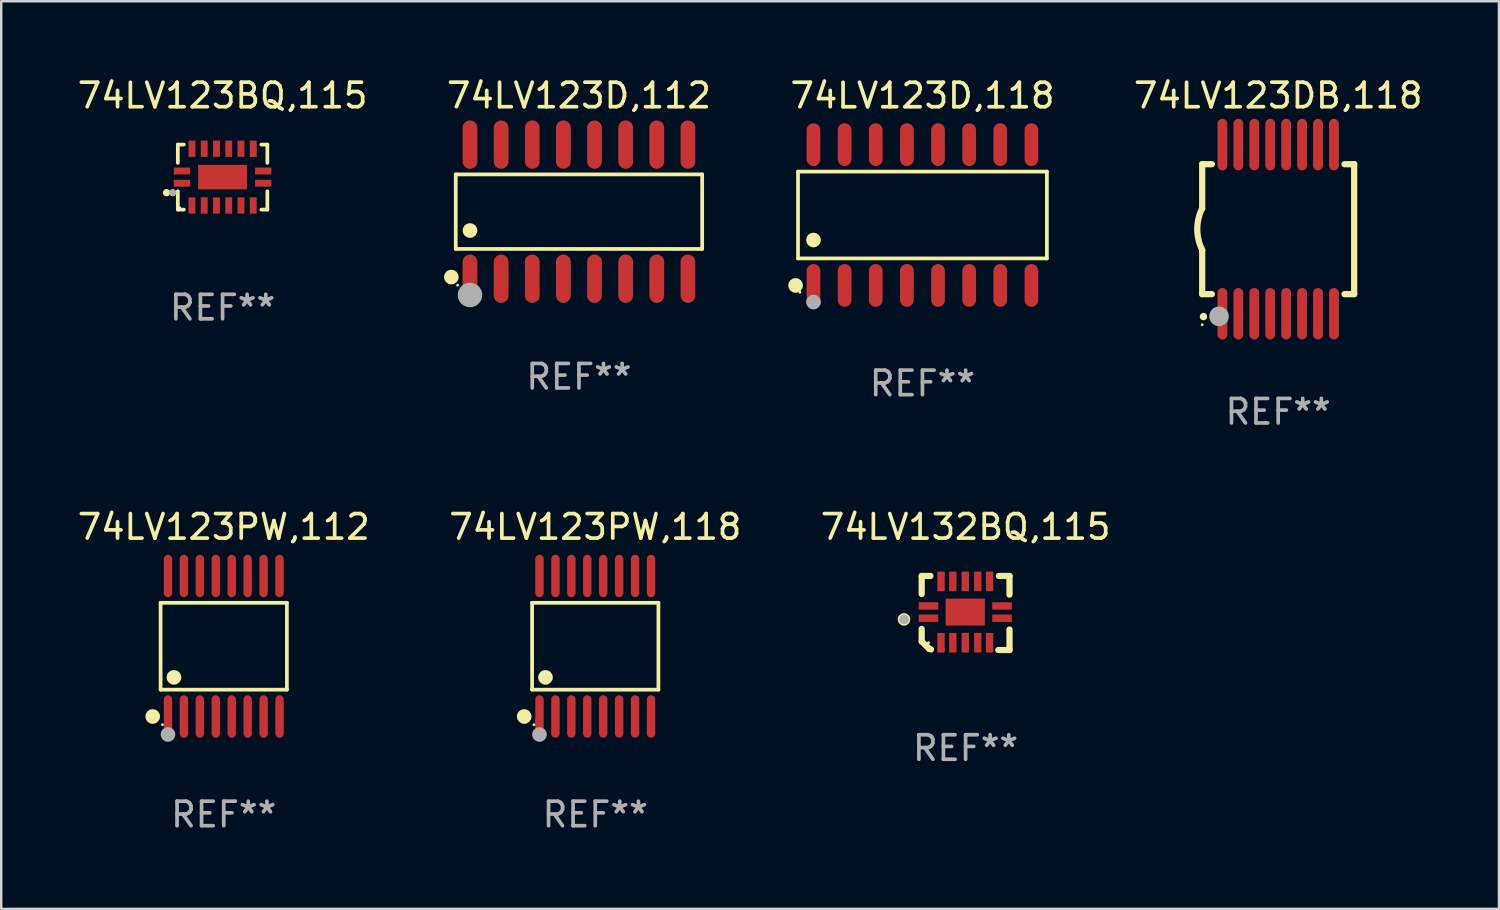
<source format=kicad_pcb>
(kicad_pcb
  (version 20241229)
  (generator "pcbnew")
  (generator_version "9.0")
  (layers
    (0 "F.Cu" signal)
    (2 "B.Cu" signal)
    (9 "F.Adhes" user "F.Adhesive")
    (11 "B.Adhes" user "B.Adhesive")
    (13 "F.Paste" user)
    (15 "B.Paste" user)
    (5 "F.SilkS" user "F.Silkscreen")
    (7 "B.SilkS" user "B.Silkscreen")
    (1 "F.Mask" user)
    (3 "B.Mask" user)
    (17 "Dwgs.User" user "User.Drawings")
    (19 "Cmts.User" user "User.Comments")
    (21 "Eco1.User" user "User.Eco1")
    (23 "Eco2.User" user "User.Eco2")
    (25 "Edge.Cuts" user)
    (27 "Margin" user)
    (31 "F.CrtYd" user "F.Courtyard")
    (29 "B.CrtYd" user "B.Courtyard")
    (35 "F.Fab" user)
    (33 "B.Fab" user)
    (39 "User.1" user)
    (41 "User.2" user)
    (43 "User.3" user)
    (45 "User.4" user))
  (footprint "74LV132BQ,115"
    (layer "F.Cu")
    (at 36.339 21.956)
    (property "Reference" "74LV132BQ,115" (at 0 -3.511 0) (layer "F.SilkS") (effects (font (size 1 1) (thickness 0.15))))
    (attr through_hole)
    (fp_line (start -1.791 -1.511) (end -1.435 -1.511) (stroke (width 0.254) (type solid)) (layer "F.SilkS"))
    (fp_line (start -1.791 -0.775) (end -1.791 -1.511) (stroke (width 0.254) (type solid)) (layer "F.SilkS"))
    (fp_line (start -1.791 1.156) (end -1.791 0.648) (stroke (width 0.254) (type solid)) (layer "F.SilkS"))
    (fp_line (start -1.486 1.461) (end -1.791 1.156) (stroke (width 0.254) (type solid)) (layer "F.SilkS"))
    (fp_line (start -1.41 1.486) (end -1.486 1.461) (stroke (width 0.254) (type solid)) (layer "F.SilkS"))
    (fp_line (start 1.334 1.511) (end 1.791 1.511) (stroke (width 0.254) (type solid)) (layer "F.SilkS"))
    (fp_line (start 1.791 -1.511) (end 1.359 -1.511) (stroke (width 0.254) (type solid)) (layer "F.SilkS"))
    (fp_line (start 1.791 -0.749) (end 1.791 -1.511) (stroke (width 0.254) (type solid)) (layer "F.SilkS"))
    (fp_line (start 1.791 1.511) (end 1.791 0.673) (stroke (width 0.254) (type solid)) (layer "F.SilkS"))
    (fp_circle (center -2.513 0.262) (end -2.383 0.262) (stroke (width 0.254) (type solid)) (fill no) (layer "F.SilkS"))
    (fp_circle (center -1.513 1.212) (end -1.483 1.212) (stroke (width 0.06) (type solid)) (fill no) (layer "F.SilkS"))
    (fp_circle (center -2.513 0.262) (end -2.413 0.262) (stroke (width 0.2) (type solid)) (fill no) (layer "F.Fab"))
    (fp_text user "REF**" (at 0 5.511 0) (layer "F.Fab") (effects (font (size 1 1) (thickness 0.15))))
    (pad "1" smd rect (at -1.513 0.212) (size 0.8 0.3) (layers "F.Cu" "F.Mask" "F.Paste"))
    (pad "2" smd rect (at -1.003 1.212) (size 0.3 0.8) (layers "F.Cu" "F.Mask" "F.Paste"))
    (pad "3" smd rect (at -0.521 1.212) (size 0.3 0.8) (layers "F.Cu" "F.Mask" "F.Paste"))
    (pad "4" smd rect (at -0.013 1.212) (size 0.3 0.8) (layers "F.Cu" "F.Mask" "F.Paste"))
    (pad "5" smd rect (at 0.495 1.212) (size 0.3 0.8) (layers "F.Cu" "F.Mask" "F.Paste"))
    (pad "6" smd rect (at 0.978 1.212) (size 0.3 0.8) (layers "F.Cu" "F.Mask" "F.Paste"))
    (pad "7" smd rect (at 1.487 0.212) (size 0.8 0.3) (layers "F.Cu" "F.Mask" "F.Paste"))
    (pad "8" smd rect (at 1.487 -0.288) (size 0.8 0.3) (layers "F.Cu" "F.Mask" "F.Paste"))
    (pad "9" smd rect (at 0.978 -1.288) (size 0.3 0.8) (layers "F.Cu" "F.Mask" "F.Paste"))
    (pad "10" smd rect (at 0.495 -1.288) (size 0.3 0.8) (layers "F.Cu" "F.Mask" "F.Paste"))
    (pad "11" smd rect (at -0.013 -1.288) (size 0.3 0.8) (layers "F.Cu" "F.Mask" "F.Paste"))
    (pad "12" smd rect (at -0.521 -1.288) (size 0.3 0.8) (layers "F.Cu" "F.Mask" "F.Paste"))
    (pad "13" smd rect (at -1.003 -1.288) (size 0.3 0.8) (layers "F.Cu" "F.Mask" "F.Paste"))
    (pad "14" smd rect (at -1.513 -0.288) (size 0.8 0.3) (layers "F.Cu" "F.Mask" "F.Paste"))
    (pad "15" smd rect (at -0.013 -0.038 90) (size 1.1 1.6) (layers "F.Cu" "F.Mask" "F.Paste")))
  (footprint "74LV123PW,118"
    (layer "F.Cu")
    (at 21.232 23.311)
    (property "Reference" "74LV123PW,118" (at 0 -4.866 0) (layer "F.SilkS") (effects (font (size 1 1) (thickness 0.15))))
    (attr through_hole)
    (fp_line (start -2.576 -1.772) (end 2.576 -1.772) (stroke (width 0.152) (type solid)) (layer "F.SilkS"))
    (fp_line (start -2.576 1.771) (end -2.576 -1.772) (stroke (width 0.152) (type solid)) (layer "F.SilkS"))
    (fp_line (start 2.576 -1.772) (end 2.576 1.771) (stroke (width 0.152) (type solid)) (layer "F.SilkS"))
    (fp_line (start 2.576 1.771) (end -2.576 1.771) (stroke (width 0.152) (type solid)) (layer "F.SilkS"))
    (fp_circle (center -2.899 2.866) (end -2.749 2.866) (stroke (width 0.3) (type solid)) (fill no) (layer "F.SilkS"))
    (fp_circle (center -2.5 3.2) (end -2.47 3.2) (stroke (width 0.06) (type solid)) (fill no) (layer "F.SilkS"))
    (fp_circle (center -2.032 1.27) (end -1.882 1.27) (stroke (width 0.3) (type solid)) (fill no) (layer "F.SilkS"))
    (fp_circle (center -2.275 3.6) (end -2.125 3.6) (stroke (width 0.3) (type solid)) (fill no) (layer "F.Fab"))
    (fp_text user "REF**" (at 0 6.866 0) (layer "F.Fab") (effects (font (size 1 1) (thickness 0.15))))
    (pad "1" smd oval (at -2.275 2.866) (size 0.343 1.731) (layers "F.Cu" "F.Mask" "F.Paste"))
    (pad "2" smd oval (at -1.625 2.866) (size 0.343 1.731) (layers "F.Cu" "F.Mask" "F.Paste"))
    (pad "3" smd oval (at -0.975 2.866) (size 0.343 1.731) (layers "F.Cu" "F.Mask" "F.Paste"))
    (pad "4" smd oval (at -0.325 2.866) (size 0.343 1.731) (layers "F.Cu" "F.Mask" "F.Paste"))
    (pad "5" smd oval (at 0.325 2.866) (size 0.343 1.731) (layers "F.Cu" "F.Mask" "F.Paste"))
    (pad "6" smd oval (at 0.975 2.866) (size 0.343 1.731) (layers "F.Cu" "F.Mask" "F.Paste"))
    (pad "7" smd oval (at 1.625 2.866) (size 0.343 1.731) (layers "F.Cu" "F.Mask" "F.Paste"))
    (pad "8" smd oval (at 2.275 2.866) (size 0.343 1.731) (layers "F.Cu" "F.Mask" "F.Paste"))
    (pad "9" smd oval (at 2.275 -2.866) (size 0.343 1.731) (layers "F.Cu" "F.Mask" "F.Paste"))
    (pad "10" smd oval (at 1.625 -2.866) (size 0.343 1.731) (layers "F.Cu" "F.Mask" "F.Paste"))
    (pad "11" smd oval (at 0.975 -2.866) (size 0.343 1.731) (layers "F.Cu" "F.Mask" "F.Paste"))
    (pad "12" smd oval (at 0.325 -2.866) (size 0.343 1.731) (layers "F.Cu" "F.Mask" "F.Paste"))
    (pad "13" smd oval (at -0.325 -2.866) (size 0.343 1.731) (layers "F.Cu" "F.Mask" "F.Paste"))
    (pad "14" smd oval (at -0.975 -2.866) (size 0.343 1.731) (layers "F.Cu" "F.Mask" "F.Paste"))
    (pad "15" smd oval (at -1.625 -2.866) (size 0.343 1.731) (layers "F.Cu" "F.Mask" "F.Paste"))
    (pad "16" smd oval (at -2.275 -2.866) (size 0.343 1.731) (layers "F.Cu" "F.Mask" "F.Paste")))
  (footprint "74LV123D,118"
    (layer "F.Cu")
    (at 34.579 5.721)
    (property "Reference" "74LV123D,118" (at 0 -4.872 0) (layer "F.SilkS") (effects (font (size 1 1) (thickness 0.15))))
    (attr through_hole)
    (fp_line (start -5.076 -1.771) (end 5.076 -1.771) (stroke (width 0.152) (type solid)) (layer "F.SilkS"))
    (fp_line (start -5.076 1.771) (end -5.076 -1.771) (stroke (width 0.152) (type solid)) (layer "F.SilkS"))
    (fp_line (start 5.076 -1.771) (end 5.076 1.771) (stroke (width 0.152) (type solid)) (layer "F.SilkS"))
    (fp_line (start 5.076 1.771) (end -5.076 1.771) (stroke (width 0.152) (type solid)) (layer "F.SilkS"))
    (fp_circle (center -5.177 2.872) (end -5.027 2.872) (stroke (width 0.3) (type solid)) (fill no) (layer "F.SilkS"))
    (fp_circle (center -5 3.15) (end -4.97 3.15) (stroke (width 0.06) (type solid)) (fill no) (layer "F.SilkS"))
    (fp_circle (center -4.445 1.019) (end -4.295 1.019) (stroke (width 0.3) (type solid)) (fill no) (layer "F.SilkS"))
    (fp_circle (center -4.445 3.55) (end -4.295 3.55) (stroke (width 0.3) (type solid)) (fill no) (layer "F.Fab"))
    (fp_text user "REF**" (at 0 6.872 0) (layer "F.Fab") (effects (font (size 1 1) (thickness 0.15))))
    (pad "1" smd oval (at -4.445 2.872) (size 0.56 1.745) (layers "F.Cu" "F.Mask" "F.Paste"))
    (pad "2" smd oval (at -3.175 2.872) (size 0.56 1.745) (layers "F.Cu" "F.Mask" "F.Paste"))
    (pad "3" smd oval (at -1.905 2.872) (size 0.56 1.745) (layers "F.Cu" "F.Mask" "F.Paste"))
    (pad "4" smd oval (at -0.635 2.872) (size 0.56 1.745) (layers "F.Cu" "F.Mask" "F.Paste"))
    (pad "5" smd oval (at 0.635 2.872) (size 0.56 1.745) (layers "F.Cu" "F.Mask" "F.Paste"))
    (pad "6" smd oval (at 1.905 2.872) (size 0.56 1.745) (layers "F.Cu" "F.Mask" "F.Paste"))
    (pad "7" smd oval (at 3.175 2.872) (size 0.56 1.745) (layers "F.Cu" "F.Mask" "F.Paste"))
    (pad "8" smd oval (at 4.445 2.872) (size 0.56 1.745) (layers "F.Cu" "F.Mask" "F.Paste"))
    (pad "9" smd oval (at 4.445 -2.872) (size 0.56 1.745) (layers "F.Cu" "F.Mask" "F.Paste"))
    (pad "10" smd oval (at 3.175 -2.872) (size 0.56 1.745) (layers "F.Cu" "F.Mask" "F.Paste"))
    (pad "11" smd oval (at 1.905 -2.872) (size 0.56 1.745) (layers "F.Cu" "F.Mask" "F.Paste"))
    (pad "12" smd oval (at 0.635 -2.872) (size 0.56 1.745) (layers "F.Cu" "F.Mask" "F.Paste"))
    (pad "13" smd oval (at -0.635 -2.872) (size 0.56 1.745) (layers "F.Cu" "F.Mask" "F.Paste"))
    (pad "14" smd oval (at -1.905 -2.872) (size 0.56 1.745) (layers "F.Cu" "F.Mask" "F.Paste"))
    (pad "15" smd oval (at -3.175 -2.872) (size 0.56 1.745) (layers "F.Cu" "F.Mask" "F.Paste"))
    (pad "16" smd oval (at -4.445 -2.872) (size 0.56 1.745) (layers "F.Cu" "F.Mask" "F.Paste")))
  (footprint "74LV123DB,118"
    (layer "F.Cu")
    (at 49.09 6.298)
    (property "Reference" "74LV123DB,118" (at 0 -5.45 0) (layer "F.SilkS") (effects (font (size 1 1) (thickness 0.15))))
    (attr through_hole)
    (fp_line (start -3.1 -2.65) (end -3.1 -0.85) (stroke (width 0.254) (type solid)) (layer "F.SilkS"))
    (fp_line (start -3.1 -2.65) (end -2.706 -2.65) (stroke (width 0.254) (type solid)) (layer "F.SilkS"))
    (fp_line (start -3.1 2.65) (end -3.1 0.85) (stroke (width 0.254) (type solid)) (layer "F.SilkS"))
    (fp_line (start -3.1 2.65) (end -2.706 2.65) (stroke (width 0.254) (type solid)) (layer "F.SilkS"))
    (fp_line (start 2.706 -2.65) (end 3.1 -2.65) (stroke (width 0.254) (type solid)) (layer "F.SilkS"))
    (fp_line (start 2.706 2.65) (end 3.1 2.65) (stroke (width 0.254) (type solid)) (layer "F.SilkS"))
    (fp_line (start 3.1 -2.65) (end 3.1 2.65) (stroke (width 0.254) (type solid)) (layer "F.SilkS"))
    (fp_arc (start -3.098907 0.850902) (mid -3.300057 0.000523) (end -3.1 -0.850114) (stroke (width 0.254001) (type solid)) (layer "F.SilkS"))
    (fp_arc (start -3.048006 3.566066) (mid -3.046736 3.566061) (end -3.045466 3.566066) (stroke (width 0.3) (type solid)) (layer "F.SilkS"))
    (fp_circle (center -3.1 3.9) (end -3.07 3.9) (stroke (width 0.06) (type solid)) (fill no) (layer "F.SilkS"))
    (fp_circle (center -2.413 3.556) (end -2.213 3.556) (stroke (width 0.4) (type solid)) (fill no) (layer "F.Fab"))
    (fp_text user "REF**" (at 0 7.45 0) (layer "F.Fab") (effects (font (size 1 1) (thickness 0.15))))
    (pad "1" smd oval (at -2.275 3.45 180) (size 0.4 2.1) (layers "F.Cu" "F.Mask" "F.Paste"))
    (pad "2" smd oval (at -1.625 3.45 180) (size 0.4 2.1) (layers "F.Cu" "F.Mask" "F.Paste"))
    (pad "3" smd oval (at -0.975 3.45 180) (size 0.4 2.1) (layers "F.Cu" "F.Mask" "F.Paste"))
    (pad "4" smd oval (at -0.325 3.45 180) (size 0.4 2.1) (layers "F.Cu" "F.Mask" "F.Paste"))
    (pad "5" smd oval (at 0.325 3.45 180) (size 0.4 2.1) (layers "F.Cu" "F.Mask" "F.Paste"))
    (pad "6" smd oval (at 0.975 3.45 180) (size 0.4 2.1) (layers "F.Cu" "F.Mask" "F.Paste"))
    (pad "7" smd oval (at 1.625 3.45 180) (size 0.4 2.1) (layers "F.Cu" "F.Mask" "F.Paste"))
    (pad "8" smd oval (at 2.275 3.45 180) (size 0.4 2.1) (layers "F.Cu" "F.Mask" "F.Paste"))
    (pad "9" smd oval (at 2.275 -3.45 180) (size 0.4 2.1) (layers "F.Cu" "F.Mask" "F.Paste"))
    (pad "10" smd oval (at 1.625 -3.45 180) (size 0.4 2.1) (layers "F.Cu" "F.Mask" "F.Paste"))
    (pad "11" smd oval (at 0.975 -3.45 180) (size 0.4 2.1) (layers "F.Cu" "F.Mask" "F.Paste"))
    (pad "12" smd oval (at 0.325 -3.45 180) (size 0.4 2.1) (layers "F.Cu" "F.Mask" "F.Paste"))
    (pad "13" smd oval (at -0.325 -3.45 180) (size 0.4 2.1) (layers "F.Cu" "F.Mask" "F.Paste"))
    (pad "14" smd oval (at -0.975 -3.45 180) (size 0.4 2.1) (layers "F.Cu" "F.Mask" "F.Paste"))
    (pad "15" smd oval (at -1.625 -3.45 180) (size 0.4 2.1) (layers "F.Cu" "F.Mask" "F.Paste"))
    (pad "16" smd oval (at -2.275 -3.45 180) (size 0.4 2.1) (layers "F.Cu" "F.Mask" "F.Paste")))
  (footprint "74LV123D,112"
    (layer "F.Cu")
    (at 20.567 5.584)
    (property "Reference" "74LV123D,112" (at 0 -4.736 0) (layer "F.SilkS") (effects (font (size 1 1) (thickness 0.15))))
    (attr through_hole)
    (fp_line (start -5.026 -1.521) (end 5.026 -1.521) (stroke (width 0.152) (type solid)) (layer "F.SilkS"))
    (fp_line (start -5.026 1.521) (end -5.026 -1.521) (stroke (width 0.152) (type solid)) (layer "F.SilkS"))
    (fp_line (start 5.026 -1.521) (end 5.026 1.521) (stroke (width 0.152) (type solid)) (layer "F.SilkS"))
    (fp_line (start 5.026 1.521) (end -5.026 1.521) (stroke (width 0.152) (type solid)) (layer "F.SilkS"))
    (fp_circle (center -5.207 2.667) (end -5.057 2.667) (stroke (width 0.3) (type solid)) (fill no) (layer "F.SilkS"))
    (fp_circle (center -4.95 3) (end -4.92 3) (stroke (width 0.06) (type solid)) (fill no) (layer "F.SilkS"))
    (fp_circle (center -4.445 0.769) (end -4.295 0.769) (stroke (width 0.3) (type solid)) (fill no) (layer "F.SilkS"))
    (fp_circle (center -4.445 3.4) (end -4.195 3.4) (stroke (width 0.5) (type solid)) (fill no) (layer "F.Fab"))
    (fp_text user "REF**" (at 0 6.736 0) (layer "F.Fab") (effects (font (size 1 1) (thickness 0.15))))
    (pad "1" smd oval (at -4.445 2.736) (size 0.602 1.971) (layers "F.Cu" "F.Mask" "F.Paste"))
    (pad "2" smd oval (at -3.175 2.736) (size 0.602 1.971) (layers "F.Cu" "F.Mask" "F.Paste"))
    (pad "3" smd oval (at -1.905 2.736) (size 0.602 1.971) (layers "F.Cu" "F.Mask" "F.Paste"))
    (pad "4" smd oval (at -0.635 2.736) (size 0.602 1.971) (layers "F.Cu" "F.Mask" "F.Paste"))
    (pad "5" smd oval (at 0.635 2.736) (size 0.602 1.971) (layers "F.Cu" "F.Mask" "F.Paste"))
    (pad "6" smd oval (at 1.905 2.736) (size 0.602 1.971) (layers "F.Cu" "F.Mask" "F.Paste"))
    (pad "7" smd oval (at 3.175 2.736) (size 0.602 1.971) (layers "F.Cu" "F.Mask" "F.Paste"))
    (pad "8" smd oval (at 4.445 2.736) (size 0.602 1.971) (layers "F.Cu" "F.Mask" "F.Paste"))
    (pad "9" smd oval (at 4.445 -2.736) (size 0.602 1.971) (layers "F.Cu" "F.Mask" "F.Paste"))
    (pad "10" smd oval (at 3.175 -2.736) (size 0.602 1.971) (layers "F.Cu" "F.Mask" "F.Paste"))
    (pad "11" smd oval (at 1.905 -2.736) (size 0.602 1.971) (layers "F.Cu" "F.Mask" "F.Paste"))
    (pad "12" smd oval (at 0.635 -2.736) (size 0.602 1.971) (layers "F.Cu" "F.Mask" "F.Paste"))
    (pad "13" smd oval (at -0.635 -2.736) (size 0.602 1.971) (layers "F.Cu" "F.Mask" "F.Paste"))
    (pad "14" smd oval (at -1.905 -2.736) (size 0.602 1.971) (layers "F.Cu" "F.Mask" "F.Paste"))
    (pad "15" smd oval (at -3.175 -2.736) (size 0.602 1.971) (layers "F.Cu" "F.Mask" "F.Paste"))
    (pad "16" smd oval (at -4.445 -2.736) (size 0.602 1.971) (layers "F.Cu" "F.Mask" "F.Paste")))
  (footprint "74LV123BQ,115"
    (layer "F.Cu")
    (at 6.03 4.174)
    (property "Reference" "74LV123BQ,115" (at 0 -3.326 0) (layer "F.SilkS") (effects (font (size 1 1) (thickness 0.15))))
    (attr through_hole)
    (fp_line (start -1.826 -1.326) (end -1.58 -1.326) (stroke (width 0.152) (type solid)) (layer "F.SilkS"))
    (fp_line (start -1.826 -0.58) (end -1.826 -1.326) (stroke (width 0.152) (type solid)) (layer "F.SilkS"))
    (fp_line (start -1.826 0.58) (end -1.826 1.326) (stroke (width 0.152) (type solid)) (layer "F.SilkS"))
    (fp_line (start -1.826 1.326) (end -1.58 1.326) (stroke (width 0.152) (type solid)) (layer "F.SilkS"))
    (fp_line (start 1.826 -1.326) (end 1.58 -1.326) (stroke (width 0.152) (type solid)) (layer "F.SilkS"))
    (fp_line (start 1.826 -0.58) (end 1.826 -1.326) (stroke (width 0.152) (type solid)) (layer "F.SilkS"))
    (fp_line (start 1.826 0.58) (end 1.826 1.326) (stroke (width 0.152) (type solid)) (layer "F.SilkS"))
    (fp_line (start 1.826 1.326) (end 1.58 1.326) (stroke (width 0.152) (type solid)) (layer "F.SilkS"))
    (fp_circle (center -2.286 0.635) (end -2.211 0.635) (stroke (width 0.15) (type solid)) (fill no) (layer "F.SilkS"))
    (fp_circle (center -1.75 1.25) (end -1.72 1.25) (stroke (width 0.06) (type solid)) (fill no) (layer "F.SilkS"))
    (fp_circle (center -2.032 0.635) (end -1.957 0.635) (stroke (width 0.15) (type solid)) (fill no) (layer "F.Fab"))
    (fp_text user "REF**" (at 0 5.326 0) (layer "F.Fab") (effects (font (size 1 1) (thickness 0.15))))
    (pad "1" smd rect (at -1.658 0.25) (size 0.665 0.28) (layers "F.Cu" "F.Mask" "F.Paste"))
    (pad "2" smd rect (at -1.25 1.157) (size 0.28 0.665) (layers "F.Cu" "F.Mask" "F.Paste"))
    (pad "3" smd rect (at -0.75 1.157) (size 0.28 0.665) (layers "F.Cu" "F.Mask" "F.Paste"))
    (pad "4" smd rect (at -0.25 1.157) (size 0.28 0.665) (layers "F.Cu" "F.Mask" "F.Paste"))
    (pad "5" smd rect (at 0.25 1.157) (size 0.28 0.665) (layers "F.Cu" "F.Mask" "F.Paste"))
    (pad "6" smd rect (at 0.75 1.157) (size 0.28 0.665) (layers "F.Cu" "F.Mask" "F.Paste"))
    (pad "7" smd rect (at 1.25 1.157) (size 0.28 0.665) (layers "F.Cu" "F.Mask" "F.Paste"))
    (pad "8" smd rect (at 1.658 0.25) (size 0.665 0.28) (layers "F.Cu" "F.Mask" "F.Paste"))
    (pad "9" smd rect (at 1.658 -0.25) (size 0.665 0.28) (layers "F.Cu" "F.Mask" "F.Paste"))
    (pad "10" smd rect (at 1.25 -1.157) (size 0.28 0.665) (layers "F.Cu" "F.Mask" "F.Paste"))
    (pad "11" smd rect (at 0.75 -1.157) (size 0.28 0.665) (layers "F.Cu" "F.Mask" "F.Paste"))
    (pad "12" smd rect (at 0.25 -1.157) (size 0.28 0.665) (layers "F.Cu" "F.Mask" "F.Paste"))
    (pad "13" smd rect (at -0.25 -1.157) (size 0.28 0.665) (layers "F.Cu" "F.Mask" "F.Paste"))
    (pad "14" smd rect (at -0.75 -1.157) (size 0.28 0.665) (layers "F.Cu" "F.Mask" "F.Paste"))
    (pad "15" smd rect (at -1.25 -1.157) (size 0.28 0.665) (layers "F.Cu" "F.Mask" "F.Paste"))
    (pad "16" smd rect (at -1.658 -0.25) (size 0.665 0.28) (layers "F.Cu" "F.Mask" "F.Paste"))
    (pad "17" smd rect (at 0 0) (size 2 1) (layers "F.Cu" "F.Mask" "F.Paste")))
  (footprint "74LV123PW,112"
    (layer "F.Cu")
    (at 6.077 23.311)
    (property "Reference" "74LV123PW,112" (at 0 -4.866 0) (layer "F.SilkS") (effects (font (size 1 1) (thickness 0.15))))
    (attr through_hole)
    (fp_line (start -2.576 -1.772) (end 2.576 -1.772) (stroke (width 0.152) (type solid)) (layer "F.SilkS"))
    (fp_line (start -2.576 1.771) (end -2.576 -1.772) (stroke (width 0.152) (type solid)) (layer "F.SilkS"))
    (fp_line (start 2.576 -1.772) (end 2.576 1.771) (stroke (width 0.152) (type solid)) (layer "F.SilkS"))
    (fp_line (start 2.576 1.771) (end -2.576 1.771) (stroke (width 0.152) (type solid)) (layer "F.SilkS"))
    (fp_circle (center -2.899 2.866) (end -2.749 2.866) (stroke (width 0.3) (type solid)) (fill no) (layer "F.SilkS"))
    (fp_circle (center -2.5 3.2) (end -2.47 3.2) (stroke (width 0.06) (type solid)) (fill no) (layer "F.SilkS"))
    (fp_circle (center -2.032 1.27) (end -1.882 1.27) (stroke (width 0.3) (type solid)) (fill no) (layer "F.SilkS"))
    (fp_circle (center -2.275 3.6) (end -2.125 3.6) (stroke (width 0.3) (type solid)) (fill no) (layer "F.Fab"))
    (fp_text user "REF**" (at 0 6.866 0) (layer "F.Fab") (effects (font (size 1 1) (thickness 0.15))))
    (pad "1" smd oval (at -2.275 2.866) (size 0.343 1.731) (layers "F.Cu" "F.Mask" "F.Paste"))
    (pad "2" smd oval (at -1.625 2.866) (size 0.343 1.731) (layers "F.Cu" "F.Mask" "F.Paste"))
    (pad "3" smd oval (at -0.975 2.866) (size 0.343 1.731) (layers "F.Cu" "F.Mask" "F.Paste"))
    (pad "4" smd oval (at -0.325 2.866) (size 0.343 1.731) (layers "F.Cu" "F.Mask" "F.Paste"))
    (pad "5" smd oval (at 0.325 2.866) (size 0.343 1.731) (layers "F.Cu" "F.Mask" "F.Paste"))
    (pad "6" smd oval (at 0.975 2.866) (size 0.343 1.731) (layers "F.Cu" "F.Mask" "F.Paste"))
    (pad "7" smd oval (at 1.625 2.866) (size 0.343 1.731) (layers "F.Cu" "F.Mask" "F.Paste"))
    (pad "8" smd oval (at 2.275 2.866) (size 0.343 1.731) (layers "F.Cu" "F.Mask" "F.Paste"))
    (pad "9" smd oval (at 2.275 -2.866) (size 0.343 1.731) (layers "F.Cu" "F.Mask" "F.Paste"))
    (pad "10" smd oval (at 1.625 -2.866) (size 0.343 1.731) (layers "F.Cu" "F.Mask" "F.Paste"))
    (pad "11" smd oval (at 0.975 -2.866) (size 0.343 1.731) (layers "F.Cu" "F.Mask" "F.Paste"))
    (pad "12" smd oval (at 0.325 -2.866) (size 0.343 1.731) (layers "F.Cu" "F.Mask" "F.Paste"))
    (pad "13" smd oval (at -0.325 -2.866) (size 0.343 1.731) (layers "F.Cu" "F.Mask" "F.Paste"))
    (pad "14" smd oval (at -0.975 -2.866) (size 0.343 1.731) (layers "F.Cu" "F.Mask" "F.Paste"))
    (pad "15" smd oval (at -1.625 -2.866) (size 0.343 1.731) (layers "F.Cu" "F.Mask" "F.Paste"))
    (pad "16" smd oval (at -2.275 -2.866) (size 0.343 1.731) (layers "F.Cu" "F.Mask" "F.Paste")))
  (gr_rect
    (start -3 -3)
    (end 58.096 34.025)
    (stroke (width 0.1) (type default))
    (fill no)
    (layer "Edge.Cuts")))
</source>
